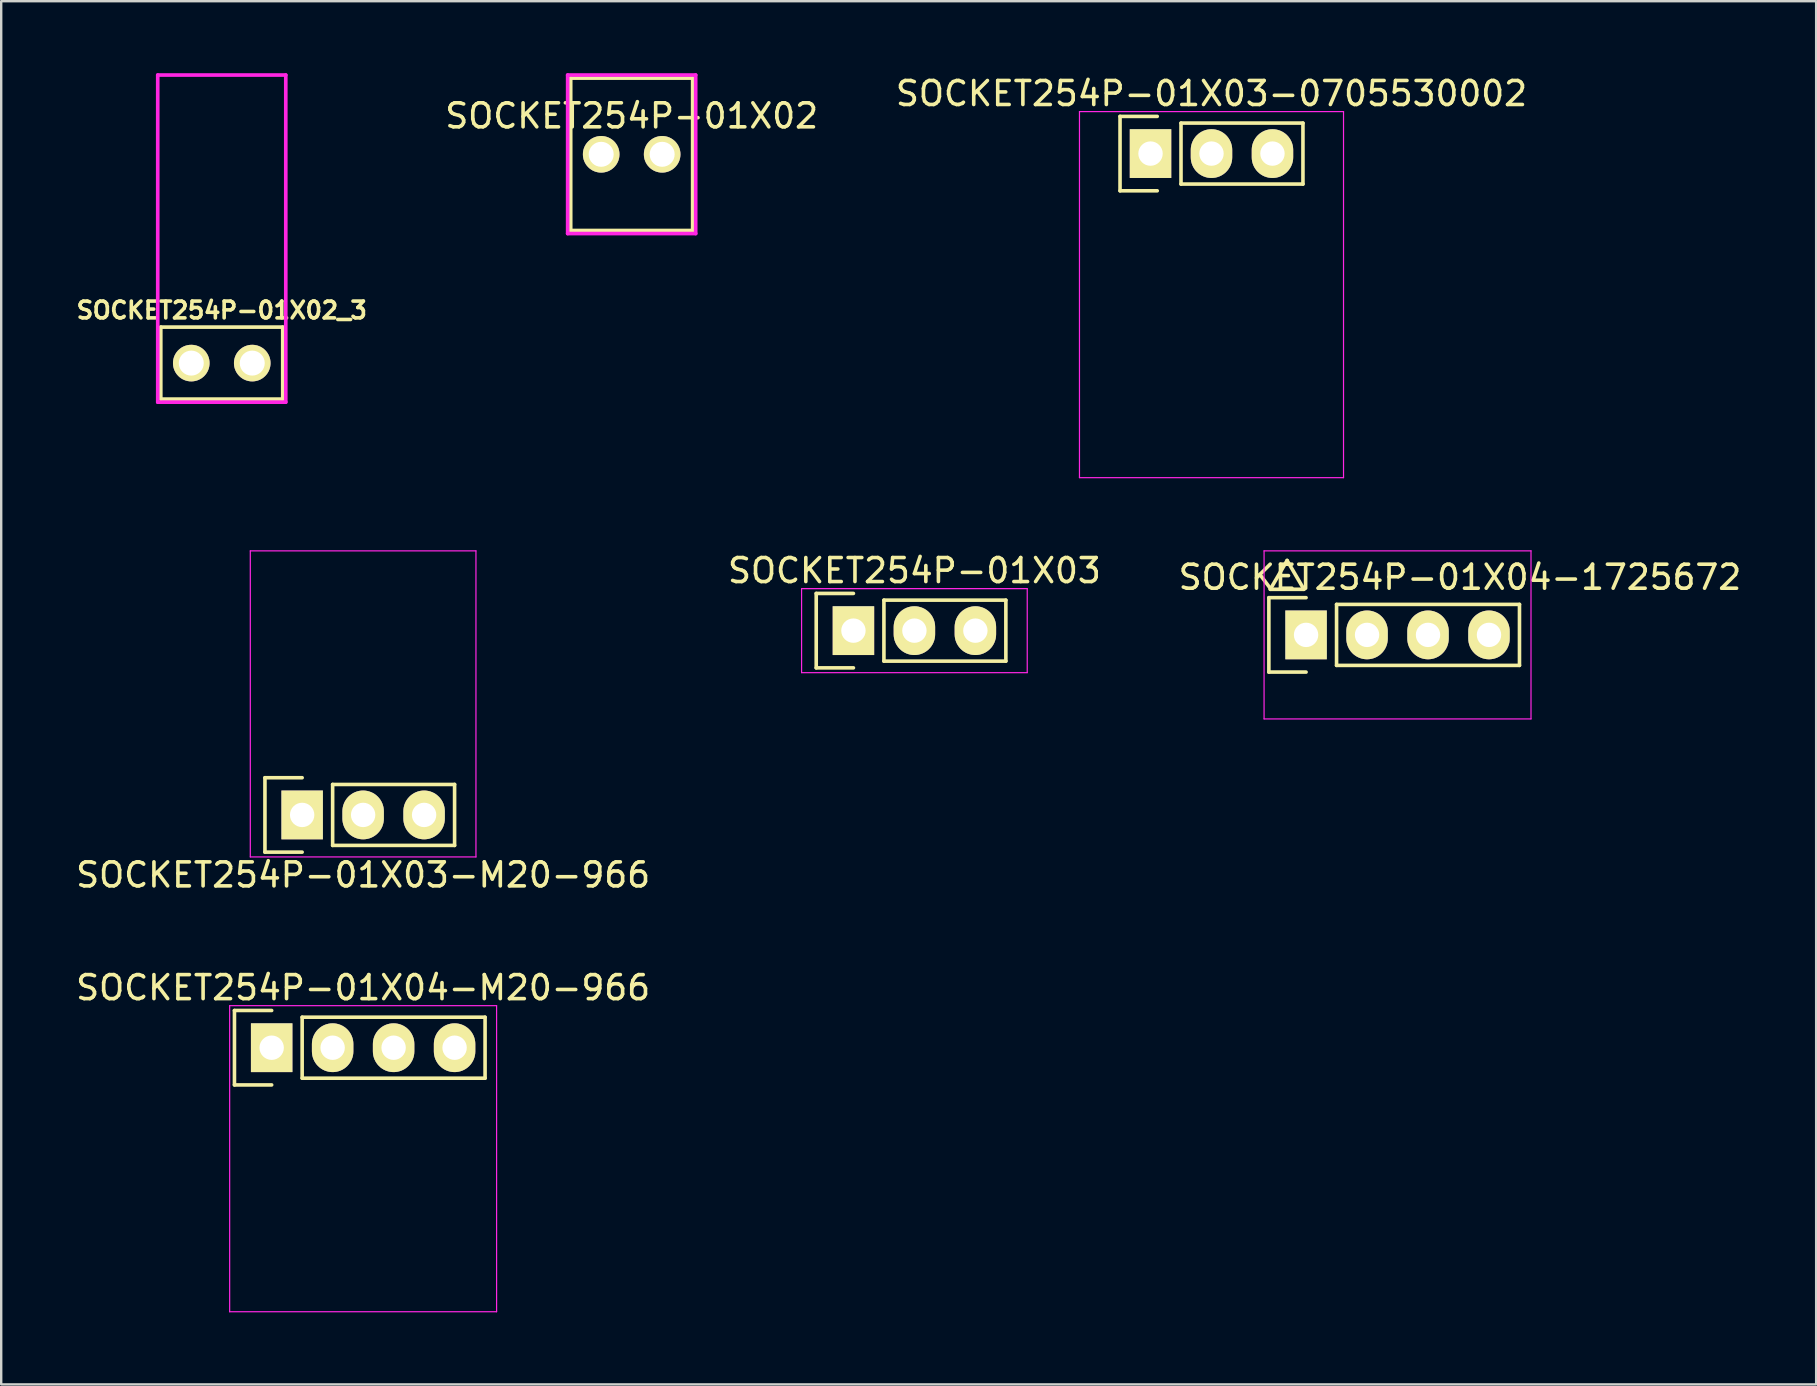
<source format=kicad_pcb>
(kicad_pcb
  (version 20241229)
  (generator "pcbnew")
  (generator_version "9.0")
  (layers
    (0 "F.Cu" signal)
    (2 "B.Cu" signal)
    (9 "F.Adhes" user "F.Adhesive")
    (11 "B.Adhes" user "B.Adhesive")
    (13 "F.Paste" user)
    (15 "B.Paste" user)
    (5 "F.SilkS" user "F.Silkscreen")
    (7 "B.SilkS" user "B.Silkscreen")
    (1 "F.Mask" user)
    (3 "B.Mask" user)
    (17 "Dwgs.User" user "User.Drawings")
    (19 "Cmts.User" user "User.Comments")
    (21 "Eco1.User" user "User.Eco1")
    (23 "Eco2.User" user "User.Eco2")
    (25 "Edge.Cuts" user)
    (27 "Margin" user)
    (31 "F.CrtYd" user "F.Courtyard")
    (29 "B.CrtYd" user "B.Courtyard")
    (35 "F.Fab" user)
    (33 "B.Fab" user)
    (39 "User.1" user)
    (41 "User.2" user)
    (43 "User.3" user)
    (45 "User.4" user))
  (footprint "SOCKET254P-01X03-M20-966"
    (layer "F.Cu")
    (at 12.077 30.898)
    (property "Reference" "SOCKET254P-01X03-M20-966" (at 0 2.5 0) (layer "F.SilkS") (effects (font (size 1 1) (thickness 0.15))))
    (attr through_hole)
    (fp_line (start -4.09 -1.55) (end -4.09 1.55) (stroke (width 0.15) (type solid)) (layer "F.SilkS"))
    (fp_line (start -4.09 1.55) (end -2.54 1.55) (stroke (width 0.15) (type solid)) (layer "F.SilkS"))
    (fp_line (start -2.54 -1.55) (end -4.09 -1.55) (stroke (width 0.15) (type solid)) (layer "F.SilkS"))
    (fp_line (start -1.27 -1.27) (end 3.81 -1.27) (stroke (width 0.15) (type solid)) (layer "F.SilkS"))
    (fp_line (start -1.27 1.27) (end -1.27 -1.27) (stroke (width 0.15) (type solid)) (layer "F.SilkS"))
    (fp_line (start -1.27 1.27) (end 3.81 1.27) (stroke (width 0.15) (type solid)) (layer "F.SilkS"))
    (fp_line (start 3.81 -1.27) (end 3.81 1.27) (stroke (width 0.15) (type solid)) (layer "F.SilkS"))
    (fp_line (start -4.7 -11) (end -4.7 1.75) (stroke (width 0.05) (type solid)) (layer "F.CrtYd"))
    (fp_line (start -4.7 -11) (end 4.7 -11) (stroke (width 0.05) (type solid)) (layer "F.CrtYd"))
    (fp_line (start -4.7 1.75) (end 4.7 1.75) (stroke (width 0.05) (type solid)) (layer "F.CrtYd"))
    (fp_line (start 4.7 -11) (end 4.7 1.75) (stroke (width 0.05) (type solid)) (layer "F.CrtYd"))
    (pad "1" thru_hole rect (at -2.54 0) (size 1.727 2.032) (drill 1.016) (layers "*.Cu" "*.Mask" "F.SilkS"))
    (pad "2" thru_hole oval (at 0 0) (size 1.727 2.032) (drill 1.016) (layers "*.Cu" "*.Mask" "F.SilkS"))
    (pad "3" thru_hole oval (at 2.54 0) (size 1.727 2.032) (drill 1.016) (layers "*.Cu" "*.Mask" "F.SilkS")))
  (footprint "SOCKET254P-01X03"
    (layer "F.Cu")
    (at 35.042 23.221)
    (property "Reference" "SOCKET254P-01X03" (at 0 -2.5 0) (layer "F.SilkS") (effects (font (size 1 1) (thickness 0.15))))
    (attr through_hole)
    (fp_line (start -4.09 -1.55) (end -4.09 1.55) (stroke (width 0.15) (type solid)) (layer "F.SilkS"))
    (fp_line (start -4.09 1.55) (end -2.54 1.55) (stroke (width 0.15) (type solid)) (layer "F.SilkS"))
    (fp_line (start -2.54 -1.55) (end -4.09 -1.55) (stroke (width 0.15) (type solid)) (layer "F.SilkS"))
    (fp_line (start -1.27 -1.27) (end 3.81 -1.27) (stroke (width 0.15) (type solid)) (layer "F.SilkS"))
    (fp_line (start -1.27 1.27) (end -1.27 -1.27) (stroke (width 0.15) (type solid)) (layer "F.SilkS"))
    (fp_line (start -1.27 1.27) (end 3.81 1.27) (stroke (width 0.15) (type solid)) (layer "F.SilkS"))
    (fp_line (start 3.81 -1.27) (end 3.81 1.27) (stroke (width 0.15) (type solid)) (layer "F.SilkS"))
    (fp_line (start -4.7 -1.75) (end -4.7 1.75) (stroke (width 0.05) (type solid)) (layer "F.CrtYd"))
    (fp_line (start -4.7 -1.75) (end 4.7 -1.75) (stroke (width 0.05) (type solid)) (layer "F.CrtYd"))
    (fp_line (start -4.7 1.75) (end 4.7 1.75) (stroke (width 0.05) (type solid)) (layer "F.CrtYd"))
    (fp_line (start 4.7 -1.75) (end 4.7 1.75) (stroke (width 0.05) (type solid)) (layer "F.CrtYd"))
    (pad "1" thru_hole rect (at -2.54 0) (size 1.727 2.032) (drill 1.016) (layers "*.Cu" "*.Mask" "F.SilkS"))
    (pad "2" thru_hole oval (at 0 0) (size 1.727 2.032) (drill 1.016) (layers "*.Cu" "*.Mask" "F.SilkS"))
    (pad "3" thru_hole oval (at 2.54 0) (size 1.727 2.032) (drill 1.016) (layers "*.Cu" "*.Mask" "F.SilkS")))
  (footprint "SOCKET254P-01X04-M20-966"
    (layer "F.Cu")
    (at 12.077 40.595)
    (property "Reference" "SOCKET254P-01X04-M20-966" (at 0 -2.5 0) (layer "F.SilkS") (effects (font (size 1 1) (thickness 0.15))))
    (attr through_hole)
    (fp_line (start -5.36 -1.55) (end -5.36 1.55) (stroke (width 0.15) (type solid)) (layer "F.SilkS"))
    (fp_line (start -5.36 1.55) (end -3.81 1.55) (stroke (width 0.15) (type solid)) (layer "F.SilkS"))
    (fp_line (start -3.81 -1.55) (end -5.36 -1.55) (stroke (width 0.15) (type solid)) (layer "F.SilkS"))
    (fp_line (start -2.54 -1.27) (end 5.08 -1.27) (stroke (width 0.15) (type solid)) (layer "F.SilkS"))
    (fp_line (start -2.54 1.27) (end -2.54 -1.27) (stroke (width 0.15) (type solid)) (layer "F.SilkS"))
    (fp_line (start -2.54 1.27) (end 5.08 1.27) (stroke (width 0.15) (type solid)) (layer "F.SilkS"))
    (fp_line (start 5.08 -1.27) (end 5.08 1.27) (stroke (width 0.15) (type solid)) (layer "F.SilkS"))
    (fp_line (start -5.56 -1.75) (end -5.56 11) (stroke (width 0.05) (type solid)) (layer "F.CrtYd"))
    (fp_line (start -5.56 -1.75) (end 5.56 -1.75) (stroke (width 0.05) (type solid)) (layer "F.CrtYd"))
    (fp_line (start -5.56 11) (end 5.56 11) (stroke (width 0.05) (type solid)) (layer "F.CrtYd"))
    (fp_line (start 5.56 -1.75) (end 5.56 11) (stroke (width 0.05) (type solid)) (layer "F.CrtYd"))
    (pad "1" thru_hole rect (at -3.81 0) (size 1.727 2.032) (drill 1.016) (layers "*.Cu" "*.Mask" "F.SilkS"))
    (pad "2" thru_hole oval (at -1.27 0) (size 1.727 2.032) (drill 1.016) (layers "*.Cu" "*.Mask" "F.SilkS"))
    (pad "3" thru_hole oval (at 1.27 0) (size 1.727 2.032) (drill 1.016) (layers "*.Cu" "*.Mask" "F.SilkS"))
    (pad "4" thru_hole oval (at 3.81 0) (size 1.727 2.032) (drill 1.016) (layers "*.Cu" "*.Mask" "F.SilkS")))
  (footprint "SOCKET254P-01X02_3"
    (layer "F.Cu")
    (at 6.188 12.076)
    (property "Reference" "SOCKET254P-01X02_3" (at 0 -2.2 0) (layer "F.SilkS") (effects (font (size 0.7 0.7) (thickness 0.15))))
    (attr through_hole)
    (fp_line (start -2.54 1.5) (end -2.54 -1.5) (stroke (width 0.152) (type solid)) (layer "F.SilkS"))
    (fp_line (start 2.54 -1.5) (end -2.54 -1.5) (stroke (width 0.152) (type solid)) (layer "F.SilkS"))
    (fp_line (start 2.54 1.5) (end -2.54 1.5) (stroke (width 0.152) (type solid)) (layer "F.SilkS"))
    (fp_line (start 2.54 1.5) (end 2.54 -1.5) (stroke (width 0.152) (type solid)) (layer "F.SilkS"))
    (fp_line (start -2.667 -12) (end -2.667 1.627) (stroke (width 0.152) (type solid)) (layer "F.CrtYd"))
    (fp_line (start -2.667 1.627) (end 2.667 1.627) (stroke (width 0.152) (type solid)) (layer "F.CrtYd"))
    (fp_line (start 2.667 -12) (end -2.667 -12) (stroke (width 0.152) (type solid)) (layer "F.CrtYd"))
    (fp_line (start 2.667 1.627) (end 2.667 -12) (stroke (width 0.152) (type solid)) (layer "F.CrtYd"))
    (pad "1" thru_hole circle (at -1.27 0) (size 1.524 1.524) (drill 1.041) (layers "*.Cu" "*.Mask" "F.SilkS"))
    (pad "2" thru_hole circle (at 1.27 0) (size 1.524 1.524) (drill 1.041) (layers "*.Cu" "*.Mask" "F.SilkS")))
  (footprint "SOCKET254P-01X03-0705530002"
    (layer "F.Cu")
    (at 47.418 3.348)
    (property "Reference" "SOCKET254P-01X03-0705530002" (at 0 -2.5 0) (layer "F.SilkS") (effects (font (size 1 1) (thickness 0.15))))
    (attr through_hole)
    (fp_line (start -3.81 -1.55) (end -3.81 1.55) (stroke (width 0.15) (type solid)) (layer "F.SilkS"))
    (fp_line (start -3.81 -1.55) (end -2.26 -1.55) (stroke (width 0.15) (type solid)) (layer "F.SilkS"))
    (fp_line (start -2.26 1.55) (end -3.81 1.55) (stroke (width 0.15) (type solid)) (layer "F.SilkS"))
    (fp_line (start -1.27 -1.27) (end 3.81 -1.27) (stroke (width 0.15) (type solid)) (layer "F.SilkS"))
    (fp_line (start -1.27 1.27) (end -1.27 -1.27) (stroke (width 0.15) (type solid)) (layer "F.SilkS"))
    (fp_line (start -1.27 1.27) (end 3.81 1.27) (stroke (width 0.15) (type solid)) (layer "F.SilkS"))
    (fp_line (start 3.81 -1.27) (end 3.81 1.27) (stroke (width 0.15) (type solid)) (layer "F.SilkS"))
    (fp_line (start -5.5 -1.75) (end -5.5 13.5) (stroke (width 0.05) (type solid)) (layer "F.CrtYd"))
    (fp_line (start -5.5 -1.75) (end 5.5 -1.75) (stroke (width 0.05) (type solid)) (layer "F.CrtYd"))
    (fp_line (start -5.5 13.5) (end 5.5 13.5) (stroke (width 0.05) (type solid)) (layer "F.CrtYd"))
    (fp_line (start 5.5 -1.75) (end 5.5 13.5) (stroke (width 0.05) (type solid)) (layer "F.CrtYd"))
    (pad "1" thru_hole rect (at -2.54 0) (size 1.727 2.032) (drill 1.016) (layers "*.Cu" "*.Mask" "F.SilkS"))
    (pad "2" thru_hole oval (at 0 0) (size 1.727 2.032) (drill 1.016) (layers "*.Cu" "*.Mask" "F.SilkS"))
    (pad "3" thru_hole oval (at 2.54 0) (size 1.727 2.032) (drill 1.016) (layers "*.Cu" "*.Mask" "F.SilkS")))
  (footprint "SOCKET254P-01X02"
    (layer "F.Cu")
    (at 23.264 3.378)
    (property "Reference" "SOCKET254P-01X02" (at 0 -1.6 0) (layer "F.SilkS") (effects (font (size 1 1) (thickness 0.15))))
    (attr through_hole)
    (fp_line (start -2.54 3.175) (end -2.54 -3.175) (stroke (width 0.152) (type solid)) (layer "F.SilkS"))
    (fp_line (start 2.54 -3.175) (end -2.54 -3.175) (stroke (width 0.152) (type solid)) (layer "F.SilkS"))
    (fp_line (start 2.54 3.175) (end -2.54 3.175) (stroke (width 0.152) (type solid)) (layer "F.SilkS"))
    (fp_line (start 2.54 3.175) (end 2.54 -3.175) (stroke (width 0.152) (type solid)) (layer "F.SilkS"))
    (fp_line (start -2.667 -3.302) (end -2.667 3.302) (stroke (width 0.152) (type solid)) (layer "F.CrtYd"))
    (fp_line (start -2.667 3.302) (end 2.667 3.302) (stroke (width 0.152) (type solid)) (layer "F.CrtYd"))
    (fp_line (start 2.667 -3.302) (end -2.667 -3.302) (stroke (width 0.152) (type solid)) (layer "F.CrtYd"))
    (fp_line (start 2.667 3.302) (end 2.667 -3.302) (stroke (width 0.152) (type solid)) (layer "F.CrtYd"))
    (pad "1" thru_hole circle (at -1.27 0) (size 1.524 1.524) (drill 1.041) (layers "*.Cu" "*.Mask" "F.SilkS"))
    (pad "2" thru_hole circle (at 1.27 0) (size 1.524 1.524) (drill 1.041) (layers "*.Cu" "*.Mask" "F.SilkS")))
  (footprint "SOCKET254P-01X04-1725672"
    (layer "F.Cu")
    (at 55.168 23.398)
    (property "Reference" "SOCKET254P-01X04-1725672" (at 2.6 -2.4 0) (layer "F.SilkS") (effects (font (size 1 1) (thickness 0.15))))
    (attr through_hole)
    (fp_line (start -5.36 -1.55) (end -5.36 1.55) (stroke (width 0.15) (type solid)) (layer "F.SilkS"))
    (fp_line (start -5.36 1.55) (end -3.81 1.55) (stroke (width 0.15) (type solid)) (layer "F.SilkS"))
    (fp_line (start -5.3 -1.9) (end -3.9 -1.9) (stroke (width 0.152) (type solid)) (layer "F.SilkS"))
    (fp_line (start -4.6 -3.1) (end -5.3 -1.9) (stroke (width 0.152) (type solid)) (layer "F.SilkS"))
    (fp_line (start -3.9 -1.9) (end -4.6 -3.1) (stroke (width 0.152) (type solid)) (layer "F.SilkS"))
    (fp_line (start -3.81 -1.55) (end -5.36 -1.55) (stroke (width 0.15) (type solid)) (layer "F.SilkS"))
    (fp_line (start -2.54 -1.27) (end 5.08 -1.27) (stroke (width 0.15) (type solid)) (layer "F.SilkS"))
    (fp_line (start -2.54 1.27) (end -2.54 -1.27) (stroke (width 0.15) (type solid)) (layer "F.SilkS"))
    (fp_line (start -2.54 1.27) (end 5.08 1.27) (stroke (width 0.15) (type solid)) (layer "F.SilkS"))
    (fp_line (start 5.08 -1.27) (end 5.08 1.27) (stroke (width 0.15) (type solid)) (layer "F.SilkS"))
    (fp_line (start -5.56 -3.5) (end -5.56 3.5) (stroke (width 0.05) (type solid)) (layer "F.CrtYd"))
    (fp_line (start -5.56 -3.5) (end 5.56 -3.5) (stroke (width 0.05) (type solid)) (layer "F.CrtYd"))
    (fp_line (start -5.56 3.5) (end 5.56 3.5) (stroke (width 0.05) (type solid)) (layer "F.CrtYd"))
    (fp_line (start 5.56 -3.5) (end 5.56 3.5) (stroke (width 0.05) (type solid)) (layer "F.CrtYd"))
    (pad "1" thru_hole rect (at -3.81 0) (size 1.727 2.032) (drill 1.016) (layers "*.Cu" "*.Mask" "F.SilkS"))
    (pad "2" thru_hole oval (at -1.27 0) (size 1.727 2.032) (drill 1.016) (layers "*.Cu" "*.Mask" "F.SilkS"))
    (pad "3" thru_hole oval (at 1.27 0) (size 1.727 2.032) (drill 1.016) (layers "*.Cu" "*.Mask" "F.SilkS"))
    (pad "4" thru_hole oval (at 3.81 0) (size 1.727 2.032) (drill 1.016) (layers "*.Cu" "*.Mask" "F.SilkS")))
  (gr_rect
    (start -3 -3)
    (end 72.607 54.62)
    (stroke (width 0.1) (type default))
    (fill no)
    (layer "Edge.Cuts")))
</source>
